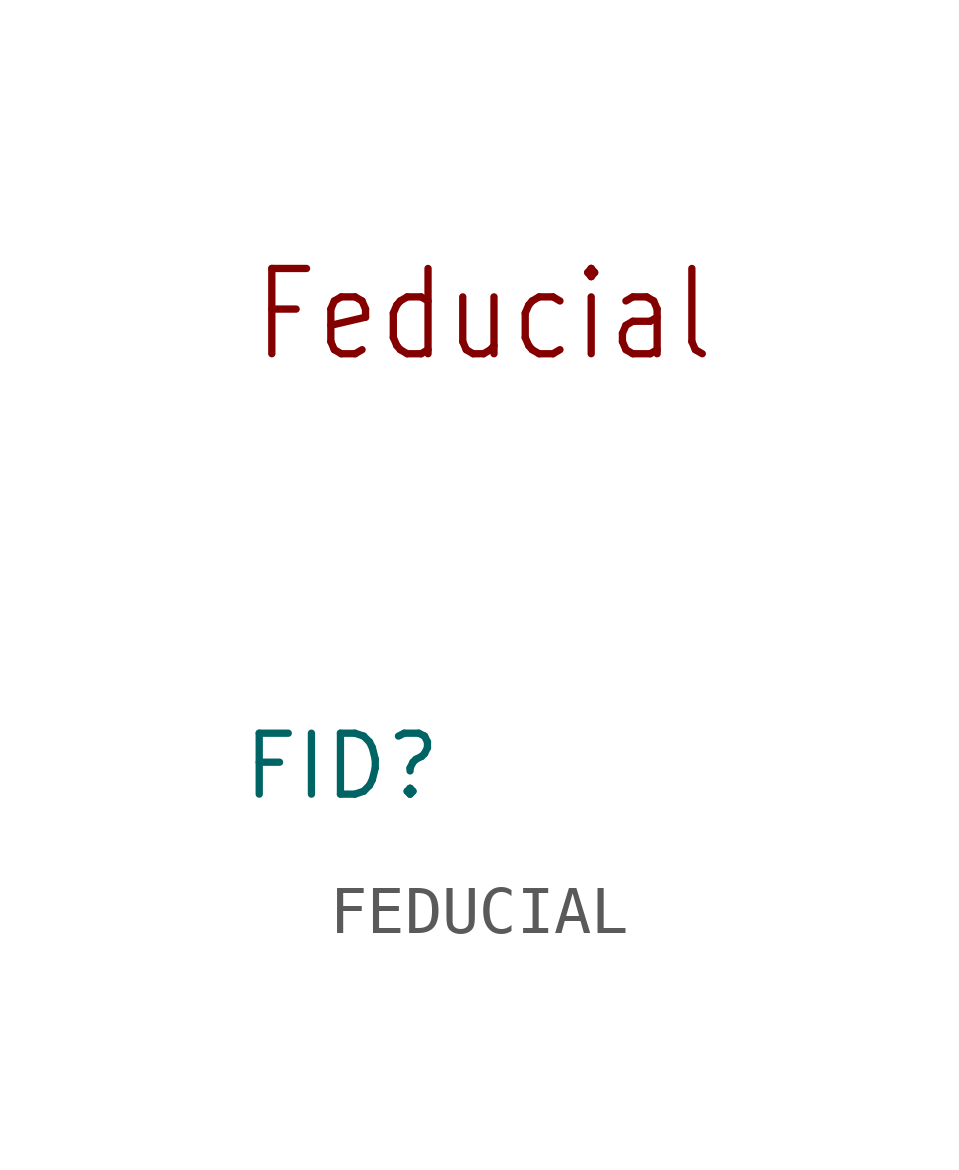
<source format=kicad_sym>
(kicad_symbol_lib
  (version 20211014)
  (generator kicad_symbol_editor)
  (symbol "FEDUCIAL"
    (property "Reference" "FID"
      (at -5.08 -5.08 0)
      (effects (font (size 1.27 1.27)) (justify left bottom)))
    (property "Datasheet" ""
      (at 0 0 0))
    (property "ki_description" " Feducial Marker "
      (at 0 0 0))
    (property "ki_fp_filters" "FlashPCB_Misc:FEDUCIAL-50MIL"
      (at 0 0 0))
    (symbol "FEDUCIAL_1_1"
      (text "Feducial" (at 0 5.08 0) (effects (font (size 1.778 1.52))))
      (circle private (center 0 0) (radius 1.27) (stroke (width 2.54) (type default)) (fill (type none))))))
</source>
